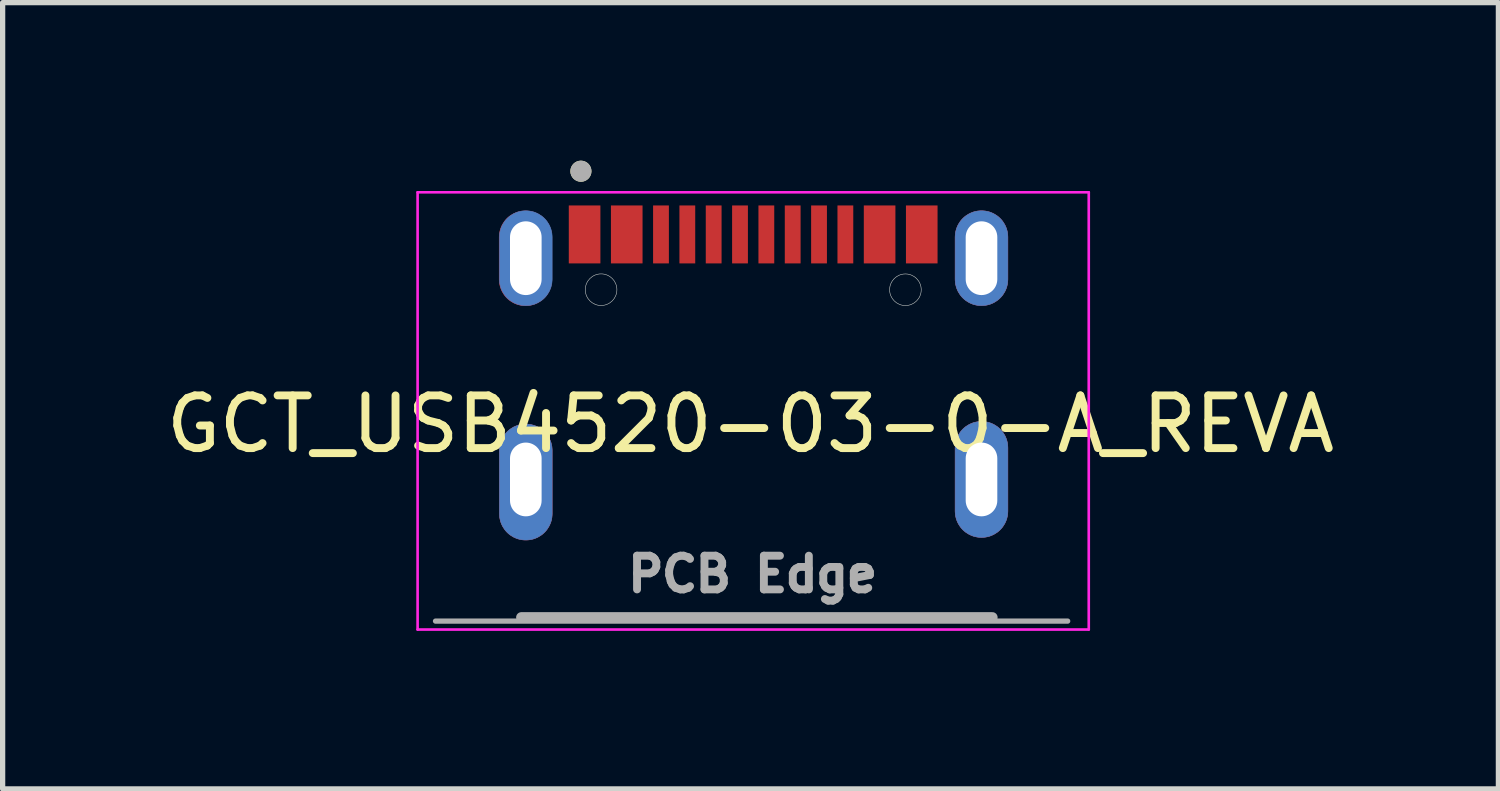
<source format=kicad_pcb>
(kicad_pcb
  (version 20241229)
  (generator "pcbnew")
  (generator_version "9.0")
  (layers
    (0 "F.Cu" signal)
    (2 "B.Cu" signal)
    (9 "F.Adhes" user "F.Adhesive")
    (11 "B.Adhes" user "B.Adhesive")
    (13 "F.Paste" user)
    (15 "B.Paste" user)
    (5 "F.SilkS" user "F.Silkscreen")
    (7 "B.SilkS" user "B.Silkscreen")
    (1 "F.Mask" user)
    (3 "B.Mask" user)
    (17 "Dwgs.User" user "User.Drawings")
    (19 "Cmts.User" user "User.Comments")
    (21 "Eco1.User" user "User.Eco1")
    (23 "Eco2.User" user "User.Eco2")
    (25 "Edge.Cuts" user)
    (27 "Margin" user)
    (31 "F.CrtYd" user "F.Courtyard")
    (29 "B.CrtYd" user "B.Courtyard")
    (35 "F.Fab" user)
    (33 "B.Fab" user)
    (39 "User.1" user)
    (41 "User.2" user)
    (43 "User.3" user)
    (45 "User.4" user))
  (footprint "GCT_USB4520-03-0-A_REVA"
    (layer "F.Cu")
    (at 11.247 6.55)
    (property "Reference" "GCT_USB4520-03-0-A_REVA" (at -0.051 -1.549 0) (layer "F.SilkS") (effects (font (size 1 1) (thickness 0.15))))
    (attr smd)
    (fp_poly (pts (xy -4.321 -3.797) (xy -4.347 -3.798) (xy -4.373 -3.8) (xy -4.399 -3.803) (xy -4.425 -3.808) (xy -4.45 -3.814) (xy -4.476 -3.821) (xy -4.5 -3.83) (xy -4.524 -3.84) (xy -4.548 -3.851) (xy -4.571 -3.864) (xy -4.593 -3.878) (xy -4.615 -3.892) (xy -4.636 -3.908) (xy -4.656 -3.925) (xy -4.675 -3.943) (xy -4.693 -3.962) (xy -4.71 -3.982) (xy -4.726 -4.003) (xy -4.74 -4.025) (xy -4.754 -4.047) (xy -4.767 -4.07) (xy -4.778 -4.094) (xy -4.788 -4.118) (xy -4.797 -4.142) (xy -4.804 -4.168) (xy -4.81 -4.193) (xy -4.815 -4.219) (xy -4.818 -4.245) (xy -4.82 -4.271) (xy -4.821 -4.297) (xy -4.821 -5.097) (xy -4.82 -5.123) (xy -4.818 -5.149) (xy -4.815 -5.175) (xy -4.81 -5.201) (xy -4.804 -5.226) (xy -4.797 -5.252) (xy -4.788 -5.276) (xy -4.778 -5.3) (xy -4.767 -5.324) (xy -4.754 -5.347) (xy -4.74 -5.369) (xy -4.726 -5.391) (xy -4.71 -5.412) (xy -4.693 -5.432) (xy -4.675 -5.451) (xy -4.656 -5.469) (xy -4.636 -5.486) (xy -4.615 -5.502) (xy -4.593 -5.516) (xy -4.571 -5.53) (xy -4.548 -5.543) (xy -4.524 -5.554) (xy -4.5 -5.564) (xy -4.476 -5.573) (xy -4.45 -5.58) (xy -4.425 -5.586) (xy -4.399 -5.591) (xy -4.373 -5.594) (xy -4.347 -5.596) (xy -4.321 -5.597) (xy -4.295 -5.596) (xy -4.269 -5.594) (xy -4.243 -5.591) (xy -4.217 -5.586) (xy -4.192 -5.58) (xy -4.166 -5.573) (xy -4.142 -5.564) (xy -4.118 -5.554) (xy -4.094 -5.543) (xy -4.071 -5.53) (xy -4.049 -5.516) (xy -4.027 -5.502) (xy -4.006 -5.486) (xy -3.986 -5.469) (xy -3.967 -5.451) (xy -3.949 -5.432) (xy -3.932 -5.412) (xy -3.916 -5.391) (xy -3.902 -5.369) (xy -3.888 -5.347) (xy -3.875 -5.324) (xy -3.864 -5.3) (xy -3.854 -5.276) (xy -3.845 -5.252) (xy -3.838 -5.226) (xy -3.832 -5.201) (xy -3.827 -5.175) (xy -3.824 -5.149) (xy -3.822 -5.123) (xy -3.821 -5.097) (xy -3.821 -4.297) (xy -3.822 -4.271) (xy -3.824 -4.245) (xy -3.827 -4.219) (xy -3.832 -4.193) (xy -3.838 -4.168) (xy -3.845 -4.142) (xy -3.854 -4.118) (xy -3.864 -4.094) (xy -3.875 -4.07) (xy -3.888 -4.047) (xy -3.902 -4.025) (xy -3.916 -4.003) (xy -3.932 -3.982) (xy -3.949 -3.962) (xy -3.967 -3.943) (xy -3.986 -3.925) (xy -4.006 -3.908) (xy -4.027 -3.892) (xy -4.049 -3.878) (xy -4.071 -3.864) (xy -4.094 -3.851) (xy -4.118 -3.84) (xy -4.142 -3.83) (xy -4.166 -3.821) (xy -4.192 -3.814) (xy -4.217 -3.808) (xy -4.243 -3.803) (xy -4.269 -3.8) (xy -4.295 -3.798) (xy -4.321 -3.797)) (stroke (width 0.01) (type solid)) (fill yes) (layer "F.Cu"))
    (fp_poly (pts (xy -4.316 0.651) (xy -4.342 0.65) (xy -4.368 0.648) (xy -4.394 0.645) (xy -4.42 0.64) (xy -4.445 0.634) (xy -4.471 0.627) (xy -4.495 0.618) (xy -4.519 0.608) (xy -4.543 0.597) (xy -4.566 0.584) (xy -4.588 0.57) (xy -4.61 0.556) (xy -4.631 0.54) (xy -4.651 0.523) (xy -4.67 0.505) (xy -4.688 0.486) (xy -4.705 0.466) (xy -4.721 0.445) (xy -4.735 0.423) (xy -4.749 0.401) (xy -4.762 0.378) (xy -4.773 0.354) (xy -4.783 0.33) (xy -4.792 0.306) (xy -4.799 0.28) (xy -4.805 0.255) (xy -4.81 0.229) (xy -4.813 0.203) (xy -4.815 0.177) (xy -4.816 0.151) (xy -4.816 -1.049) (xy -4.815 -1.075) (xy -4.813 -1.101) (xy -4.81 -1.127) (xy -4.805 -1.153) (xy -4.799 -1.178) (xy -4.792 -1.204) (xy -4.783 -1.228) (xy -4.773 -1.252) (xy -4.762 -1.276) (xy -4.749 -1.299) (xy -4.735 -1.321) (xy -4.721 -1.343) (xy -4.705 -1.364) (xy -4.688 -1.384) (xy -4.67 -1.403) (xy -4.651 -1.421) (xy -4.631 -1.438) (xy -4.61 -1.454) (xy -4.588 -1.468) (xy -4.566 -1.482) (xy -4.543 -1.495) (xy -4.519 -1.506) (xy -4.495 -1.516) (xy -4.471 -1.525) (xy -4.445 -1.532) (xy -4.42 -1.538) (xy -4.394 -1.543) (xy -4.368 -1.546) (xy -4.342 -1.548) (xy -4.316 -1.549) (xy -4.29 -1.548) (xy -4.264 -1.546) (xy -4.238 -1.543) (xy -4.212 -1.538) (xy -4.187 -1.532) (xy -4.161 -1.525) (xy -4.137 -1.516) (xy -4.113 -1.506) (xy -4.089 -1.495) (xy -4.066 -1.482) (xy -4.044 -1.468) (xy -4.022 -1.454) (xy -4.001 -1.438) (xy -3.981 -1.421) (xy -3.962 -1.403) (xy -3.944 -1.384) (xy -3.927 -1.364) (xy -3.911 -1.343) (xy -3.897 -1.321) (xy -3.883 -1.299) (xy -3.87 -1.276) (xy -3.859 -1.252) (xy -3.849 -1.228) (xy -3.84 -1.204) (xy -3.833 -1.178) (xy -3.827 -1.153) (xy -3.822 -1.127) (xy -3.819 -1.101) (xy -3.817 -1.075) (xy -3.816 -1.049) (xy -3.816 0.151) (xy -3.817 0.177) (xy -3.819 0.203) (xy -3.822 0.229) (xy -3.827 0.255) (xy -3.833 0.28) (xy -3.84 0.306) (xy -3.849 0.33) (xy -3.859 0.354) (xy -3.87 0.378) (xy -3.883 0.401) (xy -3.897 0.423) (xy -3.911 0.445) (xy -3.927 0.466) (xy -3.944 0.486) (xy -3.962 0.505) (xy -3.981 0.523) (xy -4.001 0.54) (xy -4.022 0.556) (xy -4.044 0.57) (xy -4.066 0.584) (xy -4.089 0.597) (xy -4.113 0.608) (xy -4.137 0.618) (xy -4.161 0.627) (xy -4.187 0.634) (xy -4.212 0.64) (xy -4.238 0.645) (xy -4.264 0.648) (xy -4.29 0.65) (xy -4.316 0.651)) (stroke (width 0.01) (type solid)) (fill yes) (layer "F.Cu"))
    (fp_poly (pts (xy 4.334 -3.799) (xy 4.308 -3.8) (xy 4.282 -3.802) (xy 4.256 -3.805) (xy 4.23 -3.81) (xy 4.205 -3.816) (xy 4.179 -3.823) (xy 4.155 -3.832) (xy 4.131 -3.842) (xy 4.107 -3.853) (xy 4.084 -3.866) (xy 4.062 -3.88) (xy 4.04 -3.894) (xy 4.019 -3.91) (xy 3.999 -3.927) (xy 3.98 -3.945) (xy 3.962 -3.964) (xy 3.945 -3.984) (xy 3.929 -4.005) (xy 3.915 -4.027) (xy 3.901 -4.049) (xy 3.888 -4.072) (xy 3.877 -4.096) (xy 3.867 -4.12) (xy 3.858 -4.144) (xy 3.851 -4.17) (xy 3.845 -4.195) (xy 3.84 -4.221) (xy 3.837 -4.247) (xy 3.835 -4.273) (xy 3.834 -4.299) (xy 3.834 -5.099) (xy 3.835 -5.125) (xy 3.837 -5.151) (xy 3.84 -5.177) (xy 3.845 -5.203) (xy 3.851 -5.228) (xy 3.858 -5.254) (xy 3.867 -5.278) (xy 3.877 -5.302) (xy 3.888 -5.326) (xy 3.901 -5.349) (xy 3.915 -5.371) (xy 3.929 -5.393) (xy 3.945 -5.414) (xy 3.962 -5.434) (xy 3.98 -5.453) (xy 3.999 -5.471) (xy 4.019 -5.488) (xy 4.04 -5.504) (xy 4.062 -5.518) (xy 4.084 -5.532) (xy 4.107 -5.545) (xy 4.131 -5.556) (xy 4.155 -5.566) (xy 4.179 -5.575) (xy 4.205 -5.582) (xy 4.23 -5.588) (xy 4.256 -5.593) (xy 4.282 -5.596) (xy 4.308 -5.598) (xy 4.334 -5.599) (xy 4.36 -5.598) (xy 4.386 -5.596) (xy 4.412 -5.593) (xy 4.438 -5.588) (xy 4.463 -5.582) (xy 4.489 -5.575) (xy 4.513 -5.566) (xy 4.537 -5.556) (xy 4.561 -5.545) (xy 4.584 -5.532) (xy 4.606 -5.518) (xy 4.628 -5.504) (xy 4.649 -5.488) (xy 4.669 -5.471) (xy 4.688 -5.453) (xy 4.706 -5.434) (xy 4.723 -5.414) (xy 4.739 -5.393) (xy 4.753 -5.371) (xy 4.767 -5.349) (xy 4.78 -5.326) (xy 4.791 -5.302) (xy 4.801 -5.278) (xy 4.81 -5.254) (xy 4.817 -5.228) (xy 4.823 -5.203) (xy 4.828 -5.177) (xy 4.831 -5.151) (xy 4.833 -5.125) (xy 4.834 -5.099) (xy 4.834 -4.299) (xy 4.833 -4.273) (xy 4.831 -4.247) (xy 4.828 -4.221) (xy 4.823 -4.195) (xy 4.817 -4.17) (xy 4.81 -4.144) (xy 4.801 -4.12) (xy 4.791 -4.096) (xy 4.78 -4.072) (xy 4.767 -4.049) (xy 4.753 -4.027) (xy 4.739 -4.005) (xy 4.723 -3.984) (xy 4.706 -3.964) (xy 4.688 -3.945) (xy 4.669 -3.927) (xy 4.649 -3.91) (xy 4.628 -3.894) (xy 4.606 -3.88) (xy 4.584 -3.866) (xy 4.561 -3.853) (xy 4.537 -3.842) (xy 4.513 -3.832) (xy 4.489 -3.823) (xy 4.463 -3.816) (xy 4.438 -3.81) (xy 4.412 -3.805) (xy 4.386 -3.802) (xy 4.36 -3.8) (xy 4.334 -3.799)) (stroke (width 0.01) (type solid)) (fill yes) (layer "F.Cu"))
    (fp_poly (pts (xy 4.334 0.601) (xy 4.308 0.6) (xy 4.282 0.598) (xy 4.256 0.595) (xy 4.23 0.59) (xy 4.205 0.584) (xy 4.179 0.577) (xy 4.155 0.568) (xy 4.131 0.558) (xy 4.107 0.547) (xy 4.084 0.534) (xy 4.062 0.52) (xy 4.04 0.506) (xy 4.019 0.49) (xy 3.999 0.473) (xy 3.98 0.455) (xy 3.962 0.436) (xy 3.945 0.416) (xy 3.929 0.395) (xy 3.915 0.373) (xy 3.901 0.351) (xy 3.888 0.328) (xy 3.877 0.304) (xy 3.867 0.28) (xy 3.858 0.256) (xy 3.851 0.23) (xy 3.845 0.205) (xy 3.84 0.179) (xy 3.837 0.153) (xy 3.835 0.127) (xy 3.834 0.101) (xy 3.834 -1.099) (xy 3.835 -1.125) (xy 3.837 -1.151) (xy 3.84 -1.177) (xy 3.845 -1.203) (xy 3.851 -1.228) (xy 3.858 -1.254) (xy 3.867 -1.278) (xy 3.877 -1.302) (xy 3.888 -1.326) (xy 3.901 -1.349) (xy 3.915 -1.371) (xy 3.929 -1.393) (xy 3.945 -1.414) (xy 3.962 -1.434) (xy 3.98 -1.453) (xy 3.999 -1.471) (xy 4.019 -1.488) (xy 4.04 -1.504) (xy 4.062 -1.518) (xy 4.084 -1.532) (xy 4.107 -1.545) (xy 4.131 -1.556) (xy 4.155 -1.566) (xy 4.179 -1.575) (xy 4.205 -1.582) (xy 4.23 -1.588) (xy 4.256 -1.593) (xy 4.282 -1.596) (xy 4.308 -1.598) (xy 4.334 -1.599) (xy 4.36 -1.598) (xy 4.386 -1.596) (xy 4.412 -1.593) (xy 4.438 -1.588) (xy 4.463 -1.582) (xy 4.489 -1.575) (xy 4.513 -1.566) (xy 4.537 -1.556) (xy 4.561 -1.545) (xy 4.584 -1.532) (xy 4.606 -1.518) (xy 4.628 -1.504) (xy 4.649 -1.488) (xy 4.669 -1.471) (xy 4.688 -1.453) (xy 4.706 -1.434) (xy 4.723 -1.414) (xy 4.739 -1.393) (xy 4.753 -1.371) (xy 4.767 -1.349) (xy 4.78 -1.326) (xy 4.791 -1.302) (xy 4.801 -1.278) (xy 4.81 -1.254) (xy 4.817 -1.228) (xy 4.823 -1.203) (xy 4.828 -1.177) (xy 4.831 -1.151) (xy 4.833 -1.125) (xy 4.834 -1.099) (xy 4.834 0.101) (xy 4.833 0.127) (xy 4.831 0.153) (xy 4.828 0.179) (xy 4.823 0.205) (xy 4.817 0.23) (xy 4.81 0.256) (xy 4.801 0.28) (xy 4.791 0.304) (xy 4.78 0.328) (xy 4.767 0.351) (xy 4.753 0.373) (xy 4.739 0.395) (xy 4.723 0.416) (xy 4.706 0.436) (xy 4.688 0.455) (xy 4.669 0.473) (xy 4.649 0.49) (xy 4.628 0.506) (xy 4.606 0.52) (xy 4.584 0.534) (xy 4.561 0.547) (xy 4.537 0.558) (xy 4.513 0.568) (xy 4.489 0.577) (xy 4.463 0.584) (xy 4.438 0.59) (xy 4.412 0.595) (xy 4.386 0.598) (xy 4.36 0.6) (xy 4.334 0.601)) (stroke (width 0.01) (type solid)) (fill yes) (layer "F.Cu"))
    (fp_poly (pts (xy -4.916 -4.299) (xy -4.916 -5.099) (xy -4.915 -5.13) (xy -4.913 -5.162) (xy -4.909 -5.193) (xy -4.903 -5.224) (xy -4.896 -5.254) (xy -4.887 -5.284) (xy -4.876 -5.314) (xy -4.864 -5.343) (xy -4.851 -5.371) (xy -4.836 -5.399) (xy -4.819 -5.426) (xy -4.801 -5.452) (xy -4.782 -5.477) (xy -4.762 -5.5) (xy -4.74 -5.523) (xy -4.717 -5.545) (xy -4.694 -5.565) (xy -4.669 -5.584) (xy -4.643 -5.602) (xy -4.616 -5.619) (xy -4.588 -5.634) (xy -4.56 -5.647) (xy -4.531 -5.659) (xy -4.501 -5.67) (xy -4.471 -5.679) (xy -4.441 -5.686) (xy -4.41 -5.692) (xy -4.379 -5.696) (xy -4.347 -5.698) (xy -4.316 -5.699) (xy -4.285 -5.698) (xy -4.253 -5.696) (xy -4.222 -5.692) (xy -4.191 -5.686) (xy -4.161 -5.679) (xy -4.131 -5.67) (xy -4.101 -5.659) (xy -4.072 -5.647) (xy -4.044 -5.634) (xy -4.016 -5.619) (xy -3.989 -5.602) (xy -3.963 -5.584) (xy -3.938 -5.565) (xy -3.915 -5.545) (xy -3.892 -5.523) (xy -3.87 -5.5) (xy -3.85 -5.477) (xy -3.831 -5.452) (xy -3.813 -5.426) (xy -3.796 -5.399) (xy -3.781 -5.371) (xy -3.768 -5.343) (xy -3.756 -5.314) (xy -3.745 -5.284) (xy -3.736 -5.254) (xy -3.729 -5.224) (xy -3.723 -5.193) (xy -3.719 -5.162) (xy -3.717 -5.13) (xy -3.716 -5.099) (xy -3.716 -4.299) (xy -3.717 -4.268) (xy -3.719 -4.236) (xy -3.723 -4.205) (xy -3.729 -4.174) (xy -3.736 -4.144) (xy -3.745 -4.114) (xy -3.756 -4.084) (xy -3.768 -4.055) (xy -3.781 -4.027) (xy -3.796 -3.999) (xy -3.813 -3.972) (xy -3.831 -3.946) (xy -3.85 -3.921) (xy -3.87 -3.898) (xy -3.892 -3.875) (xy -3.915 -3.853) (xy -3.938 -3.833) (xy -3.963 -3.814) (xy -3.989 -3.796) (xy -4.016 -3.779) (xy -4.044 -3.764) (xy -4.072 -3.751) (xy -4.101 -3.739) (xy -4.131 -3.728) (xy -4.161 -3.719) (xy -4.191 -3.712) (xy -4.222 -3.706) (xy -4.253 -3.702) (xy -4.285 -3.7) (xy -4.316 -3.699) (xy -4.347 -3.7) (xy -4.379 -3.702) (xy -4.41 -3.706) (xy -4.441 -3.712) (xy -4.471 -3.719) (xy -4.501 -3.728) (xy -4.531 -3.739) (xy -4.56 -3.751) (xy -4.588 -3.764) (xy -4.616 -3.779) (xy -4.643 -3.796) (xy -4.669 -3.814) (xy -4.694 -3.833) (xy -4.717 -3.853) (xy -4.74 -3.875) (xy -4.762 -3.898) (xy -4.782 -3.921) (xy -4.801 -3.946) (xy -4.819 -3.972) (xy -4.836 -3.999) (xy -4.851 -4.027) (xy -4.864 -4.055) (xy -4.876 -4.084) (xy -4.887 -4.114) (xy -4.896 -4.144) (xy -4.903 -4.174) (xy -4.909 -4.205) (xy -4.913 -4.236) (xy -4.915 -4.268) (xy -4.916 -4.299)) (stroke (width 0.01) (type solid)) (fill yes) (layer "F.Mask"))
    (fp_poly (pts (xy -4.916 0.151) (xy -4.916 -1.049) (xy -4.915 -1.08) (xy -4.913 -1.112) (xy -4.909 -1.143) (xy -4.903 -1.174) (xy -4.896 -1.204) (xy -4.887 -1.234) (xy -4.876 -1.264) (xy -4.864 -1.293) (xy -4.851 -1.321) (xy -4.836 -1.349) (xy -4.819 -1.376) (xy -4.801 -1.402) (xy -4.782 -1.427) (xy -4.762 -1.45) (xy -4.74 -1.473) (xy -4.717 -1.495) (xy -4.694 -1.515) (xy -4.669 -1.534) (xy -4.643 -1.552) (xy -4.616 -1.569) (xy -4.588 -1.584) (xy -4.56 -1.597) (xy -4.531 -1.609) (xy -4.501 -1.62) (xy -4.471 -1.629) (xy -4.441 -1.636) (xy -4.41 -1.642) (xy -4.379 -1.646) (xy -4.347 -1.648) (xy -4.316 -1.649) (xy -4.285 -1.648) (xy -4.253 -1.646) (xy -4.222 -1.642) (xy -4.191 -1.636) (xy -4.161 -1.629) (xy -4.131 -1.62) (xy -4.101 -1.609) (xy -4.072 -1.597) (xy -4.044 -1.584) (xy -4.016 -1.569) (xy -3.989 -1.552) (xy -3.963 -1.534) (xy -3.938 -1.515) (xy -3.915 -1.495) (xy -3.892 -1.473) (xy -3.87 -1.45) (xy -3.85 -1.427) (xy -3.831 -1.402) (xy -3.813 -1.376) (xy -3.796 -1.349) (xy -3.781 -1.321) (xy -3.768 -1.293) (xy -3.756 -1.264) (xy -3.745 -1.234) (xy -3.736 -1.204) (xy -3.729 -1.174) (xy -3.723 -1.143) (xy -3.719 -1.112) (xy -3.717 -1.08) (xy -3.716 -1.049) (xy -3.716 0.151) (xy -3.717 0.182) (xy -3.719 0.214) (xy -3.723 0.245) (xy -3.729 0.276) (xy -3.736 0.306) (xy -3.745 0.336) (xy -3.756 0.366) (xy -3.768 0.395) (xy -3.781 0.423) (xy -3.796 0.451) (xy -3.813 0.478) (xy -3.831 0.504) (xy -3.85 0.529) (xy -3.87 0.552) (xy -3.892 0.575) (xy -3.915 0.597) (xy -3.938 0.617) (xy -3.963 0.636) (xy -3.989 0.654) (xy -4.016 0.671) (xy -4.044 0.686) (xy -4.072 0.699) (xy -4.101 0.711) (xy -4.131 0.722) (xy -4.161 0.731) (xy -4.191 0.738) (xy -4.222 0.744) (xy -4.253 0.748) (xy -4.285 0.75) (xy -4.316 0.751) (xy -4.347 0.75) (xy -4.379 0.748) (xy -4.41 0.744) (xy -4.441 0.738) (xy -4.471 0.731) (xy -4.501 0.722) (xy -4.531 0.711) (xy -4.56 0.699) (xy -4.588 0.686) (xy -4.616 0.671) (xy -4.643 0.654) (xy -4.669 0.636) (xy -4.694 0.617) (xy -4.717 0.597) (xy -4.74 0.575) (xy -4.762 0.552) (xy -4.782 0.529) (xy -4.801 0.504) (xy -4.819 0.478) (xy -4.836 0.451) (xy -4.851 0.423) (xy -4.864 0.395) (xy -4.876 0.366) (xy -4.887 0.336) (xy -4.896 0.306) (xy -4.903 0.276) (xy -4.909 0.245) (xy -4.913 0.214) (xy -4.915 0.182) (xy -4.916 0.151)) (stroke (width 0.01) (type solid)) (fill yes) (layer "F.Mask"))
    (fp_poly (pts (xy 3.734 -4.299) (xy 3.734 -5.099) (xy 3.735 -5.13) (xy 3.737 -5.162) (xy 3.741 -5.193) (xy 3.747 -5.224) (xy 3.754 -5.254) (xy 3.763 -5.284) (xy 3.774 -5.314) (xy 3.786 -5.343) (xy 3.799 -5.371) (xy 3.814 -5.399) (xy 3.831 -5.426) (xy 3.849 -5.452) (xy 3.868 -5.477) (xy 3.888 -5.5) (xy 3.91 -5.523) (xy 3.933 -5.545) (xy 3.956 -5.565) (xy 3.981 -5.584) (xy 4.007 -5.602) (xy 4.034 -5.619) (xy 4.062 -5.634) (xy 4.09 -5.647) (xy 4.119 -5.659) (xy 4.149 -5.67) (xy 4.179 -5.679) (xy 4.209 -5.686) (xy 4.24 -5.692) (xy 4.271 -5.696) (xy 4.303 -5.698) (xy 4.334 -5.699) (xy 4.365 -5.698) (xy 4.397 -5.696) (xy 4.428 -5.692) (xy 4.459 -5.686) (xy 4.489 -5.679) (xy 4.519 -5.67) (xy 4.549 -5.659) (xy 4.578 -5.647) (xy 4.606 -5.634) (xy 4.634 -5.619) (xy 4.661 -5.602) (xy 4.687 -5.584) (xy 4.712 -5.565) (xy 4.735 -5.545) (xy 4.758 -5.523) (xy 4.78 -5.5) (xy 4.8 -5.477) (xy 4.819 -5.452) (xy 4.837 -5.426) (xy 4.854 -5.399) (xy 4.869 -5.371) (xy 4.882 -5.343) (xy 4.894 -5.314) (xy 4.905 -5.284) (xy 4.914 -5.254) (xy 4.921 -5.224) (xy 4.927 -5.193) (xy 4.931 -5.162) (xy 4.933 -5.13) (xy 4.934 -5.099) (xy 4.934 -4.299) (xy 4.933 -4.268) (xy 4.931 -4.236) (xy 4.927 -4.205) (xy 4.921 -4.174) (xy 4.914 -4.144) (xy 4.905 -4.114) (xy 4.894 -4.084) (xy 4.882 -4.055) (xy 4.869 -4.027) (xy 4.854 -3.999) (xy 4.837 -3.972) (xy 4.819 -3.946) (xy 4.8 -3.921) (xy 4.78 -3.898) (xy 4.758 -3.875) (xy 4.735 -3.853) (xy 4.712 -3.833) (xy 4.687 -3.814) (xy 4.661 -3.796) (xy 4.634 -3.779) (xy 4.606 -3.764) (xy 4.578 -3.751) (xy 4.549 -3.739) (xy 4.519 -3.728) (xy 4.489 -3.719) (xy 4.459 -3.712) (xy 4.428 -3.706) (xy 4.397 -3.702) (xy 4.365 -3.7) (xy 4.334 -3.699) (xy 4.303 -3.7) (xy 4.271 -3.702) (xy 4.24 -3.706) (xy 4.209 -3.712) (xy 4.179 -3.719) (xy 4.149 -3.728) (xy 4.119 -3.739) (xy 4.09 -3.751) (xy 4.062 -3.764) (xy 4.034 -3.779) (xy 4.007 -3.796) (xy 3.981 -3.814) (xy 3.956 -3.833) (xy 3.933 -3.853) (xy 3.91 -3.875) (xy 3.888 -3.898) (xy 3.868 -3.921) (xy 3.849 -3.946) (xy 3.831 -3.972) (xy 3.814 -3.999) (xy 3.799 -4.027) (xy 3.786 -4.055) (xy 3.774 -4.084) (xy 3.763 -4.114) (xy 3.754 -4.144) (xy 3.747 -4.174) (xy 3.741 -4.205) (xy 3.737 -4.236) (xy 3.735 -4.268) (xy 3.734 -4.299)) (stroke (width 0.01) (type solid)) (fill yes) (layer "F.Mask"))
    (fp_poly (pts (xy 3.734 -0.499) (xy 3.734 -1.099) (xy 3.735 -1.13) (xy 3.737 -1.162) (xy 3.741 -1.193) (xy 3.747 -1.224) (xy 3.754 -1.254) (xy 3.763 -1.284) (xy 3.774 -1.314) (xy 3.786 -1.343) (xy 3.799 -1.371) (xy 3.814 -1.399) (xy 3.831 -1.426) (xy 3.849 -1.452) (xy 3.868 -1.477) (xy 3.888 -1.5) (xy 3.91 -1.523) (xy 3.933 -1.545) (xy 3.956 -1.565) (xy 3.981 -1.584) (xy 4.007 -1.602) (xy 4.034 -1.619) (xy 4.062 -1.634) (xy 4.09 -1.647) (xy 4.119 -1.659) (xy 4.149 -1.67) (xy 4.179 -1.679) (xy 4.209 -1.686) (xy 4.24 -1.692) (xy 4.271 -1.696) (xy 4.303 -1.698) (xy 4.334 -1.699) (xy 4.365 -1.698) (xy 4.397 -1.696) (xy 4.428 -1.692) (xy 4.459 -1.686) (xy 4.489 -1.679) (xy 4.519 -1.67) (xy 4.549 -1.659) (xy 4.578 -1.647) (xy 4.606 -1.634) (xy 4.634 -1.619) (xy 4.661 -1.602) (xy 4.687 -1.584) (xy 4.712 -1.565) (xy 4.735 -1.545) (xy 4.758 -1.523) (xy 4.78 -1.5) (xy 4.8 -1.477) (xy 4.819 -1.452) (xy 4.837 -1.426) (xy 4.854 -1.399) (xy 4.869 -1.371) (xy 4.882 -1.343) (xy 4.894 -1.314) (xy 4.905 -1.284) (xy 4.914 -1.254) (xy 4.921 -1.224) (xy 4.927 -1.193) (xy 4.931 -1.162) (xy 4.933 -1.13) (xy 4.934 -1.099) (xy 4.934 -0.499) (xy 4.934 0.101) (xy 4.933 0.132) (xy 4.931 0.164) (xy 4.927 0.195) (xy 4.921 0.226) (xy 4.914 0.256) (xy 4.905 0.286) (xy 4.894 0.316) (xy 4.882 0.345) (xy 4.869 0.373) (xy 4.854 0.401) (xy 4.837 0.428) (xy 4.819 0.454) (xy 4.8 0.479) (xy 4.78 0.502) (xy 4.758 0.525) (xy 4.735 0.547) (xy 4.712 0.567) (xy 4.687 0.586) (xy 4.661 0.604) (xy 4.634 0.621) (xy 4.606 0.636) (xy 4.578 0.649) (xy 4.549 0.661) (xy 4.519 0.672) (xy 4.489 0.681) (xy 4.459 0.688) (xy 4.428 0.694) (xy 4.397 0.698) (xy 4.365 0.7) (xy 4.334 0.701) (xy 4.303 0.7) (xy 4.271 0.698) (xy 4.24 0.694) (xy 4.209 0.688) (xy 4.179 0.681) (xy 4.149 0.672) (xy 4.119 0.661) (xy 4.09 0.649) (xy 4.062 0.636) (xy 4.034 0.621) (xy 4.007 0.604) (xy 3.981 0.586) (xy 3.956 0.567) (xy 3.933 0.547) (xy 3.91 0.525) (xy 3.888 0.502) (xy 3.868 0.479) (xy 3.849 0.454) (xy 3.831 0.428) (xy 3.814 0.401) (xy 3.799 0.373) (xy 3.786 0.345) (xy 3.774 0.316) (xy 3.763 0.286) (xy 3.754 0.256) (xy 3.747 0.226) (xy 3.741 0.195) (xy 3.737 0.164) (xy 3.735 0.132) (xy 3.734 0.101) (xy 3.734 -0.499)) (stroke (width 0.01) (type solid)) (fill yes) (layer "F.Mask"))
    (fp_poly (pts (xy -4.316 -3.799) (xy -4.342 -3.8) (xy -4.368 -3.802) (xy -4.394 -3.805) (xy -4.42 -3.81) (xy -4.445 -3.816) (xy -4.471 -3.823) (xy -4.495 -3.832) (xy -4.519 -3.842) (xy -4.543 -3.853) (xy -4.566 -3.866) (xy -4.588 -3.88) (xy -4.61 -3.894) (xy -4.631 -3.91) (xy -4.651 -3.927) (xy -4.67 -3.945) (xy -4.688 -3.964) (xy -4.705 -3.984) (xy -4.721 -4.005) (xy -4.735 -4.027) (xy -4.749 -4.049) (xy -4.762 -4.072) (xy -4.773 -4.096) (xy -4.783 -4.12) (xy -4.792 -4.144) (xy -4.799 -4.17) (xy -4.805 -4.195) (xy -4.81 -4.221) (xy -4.813 -4.247) (xy -4.815 -4.273) (xy -4.816 -4.299) (xy -4.816 -5.099) (xy -4.815 -5.125) (xy -4.813 -5.151) (xy -4.81 -5.177) (xy -4.805 -5.203) (xy -4.799 -5.228) (xy -4.792 -5.254) (xy -4.783 -5.278) (xy -4.773 -5.302) (xy -4.762 -5.326) (xy -4.749 -5.349) (xy -4.735 -5.371) (xy -4.721 -5.393) (xy -4.705 -5.414) (xy -4.688 -5.434) (xy -4.67 -5.453) (xy -4.651 -5.471) (xy -4.631 -5.488) (xy -4.61 -5.504) (xy -4.588 -5.518) (xy -4.566 -5.532) (xy -4.543 -5.545) (xy -4.519 -5.556) (xy -4.495 -5.566) (xy -4.471 -5.575) (xy -4.445 -5.582) (xy -4.42 -5.588) (xy -4.394 -5.593) (xy -4.368 -5.596) (xy -4.342 -5.598) (xy -4.316 -5.599) (xy -4.29 -5.598) (xy -4.264 -5.596) (xy -4.238 -5.593) (xy -4.212 -5.588) (xy -4.187 -5.582) (xy -4.161 -5.575) (xy -4.137 -5.566) (xy -4.113 -5.556) (xy -4.089 -5.545) (xy -4.066 -5.532) (xy -4.044 -5.518) (xy -4.022 -5.504) (xy -4.001 -5.488) (xy -3.981 -5.471) (xy -3.962 -5.453) (xy -3.944 -5.434) (xy -3.927 -5.414) (xy -3.911 -5.393) (xy -3.897 -5.371) (xy -3.883 -5.349) (xy -3.87 -5.326) (xy -3.859 -5.302) (xy -3.849 -5.278) (xy -3.84 -5.254) (xy -3.833 -5.228) (xy -3.827 -5.203) (xy -3.822 -5.177) (xy -3.819 -5.151) (xy -3.817 -5.125) (xy -3.816 -5.099) (xy -3.816 -4.299) (xy -3.817 -4.273) (xy -3.819 -4.247) (xy -3.822 -4.221) (xy -3.827 -4.195) (xy -3.833 -4.17) (xy -3.84 -4.144) (xy -3.849 -4.12) (xy -3.859 -4.096) (xy -3.87 -4.072) (xy -3.883 -4.049) (xy -3.897 -4.027) (xy -3.911 -4.005) (xy -3.927 -3.984) (xy -3.944 -3.964) (xy -3.962 -3.945) (xy -3.981 -3.927) (xy -4.001 -3.91) (xy -4.022 -3.894) (xy -4.044 -3.88) (xy -4.066 -3.866) (xy -4.089 -3.853) (xy -4.113 -3.842) (xy -4.137 -3.832) (xy -4.161 -3.823) (xy -4.187 -3.816) (xy -4.212 -3.81) (xy -4.238 -3.805) (xy -4.264 -3.802) (xy -4.29 -3.8) (xy -4.316 -3.799)) (stroke (width 0.01) (type solid)) (fill yes) (layer "B.Cu"))
    (fp_poly (pts (xy -4.316 0.651) (xy -4.342 0.65) (xy -4.368 0.648) (xy -4.394 0.645) (xy -4.42 0.64) (xy -4.445 0.634) (xy -4.471 0.627) (xy -4.495 0.618) (xy -4.519 0.608) (xy -4.543 0.597) (xy -4.566 0.584) (xy -4.588 0.57) (xy -4.61 0.556) (xy -4.631 0.54) (xy -4.651 0.523) (xy -4.67 0.505) (xy -4.688 0.486) (xy -4.705 0.466) (xy -4.721 0.445) (xy -4.735 0.423) (xy -4.749 0.401) (xy -4.762 0.378) (xy -4.773 0.354) (xy -4.783 0.33) (xy -4.792 0.306) (xy -4.799 0.28) (xy -4.805 0.255) (xy -4.81 0.229) (xy -4.813 0.203) (xy -4.815 0.177) (xy -4.816 0.151) (xy -4.816 -1.049) (xy -4.815 -1.075) (xy -4.813 -1.101) (xy -4.81 -1.127) (xy -4.805 -1.153) (xy -4.799 -1.178) (xy -4.792 -1.204) (xy -4.783 -1.228) (xy -4.773 -1.252) (xy -4.762 -1.276) (xy -4.749 -1.299) (xy -4.735 -1.321) (xy -4.721 -1.343) (xy -4.705 -1.364) (xy -4.688 -1.384) (xy -4.67 -1.403) (xy -4.651 -1.421) (xy -4.631 -1.438) (xy -4.61 -1.454) (xy -4.588 -1.468) (xy -4.566 -1.482) (xy -4.543 -1.495) (xy -4.519 -1.506) (xy -4.495 -1.516) (xy -4.471 -1.525) (xy -4.445 -1.532) (xy -4.42 -1.538) (xy -4.394 -1.543) (xy -4.368 -1.546) (xy -4.342 -1.548) (xy -4.316 -1.549) (xy -4.29 -1.548) (xy -4.264 -1.546) (xy -4.238 -1.543) (xy -4.212 -1.538) (xy -4.187 -1.532) (xy -4.161 -1.525) (xy -4.137 -1.516) (xy -4.113 -1.506) (xy -4.089 -1.495) (xy -4.066 -1.482) (xy -4.044 -1.468) (xy -4.022 -1.454) (xy -4.001 -1.438) (xy -3.981 -1.421) (xy -3.962 -1.403) (xy -3.944 -1.384) (xy -3.927 -1.364) (xy -3.911 -1.343) (xy -3.897 -1.321) (xy -3.883 -1.299) (xy -3.87 -1.276) (xy -3.859 -1.252) (xy -3.849 -1.228) (xy -3.84 -1.204) (xy -3.833 -1.178) (xy -3.827 -1.153) (xy -3.822 -1.127) (xy -3.819 -1.101) (xy -3.817 -1.075) (xy -3.816 -1.049) (xy -3.816 0.151) (xy -3.817 0.177) (xy -3.819 0.203) (xy -3.822 0.229) (xy -3.827 0.255) (xy -3.833 0.28) (xy -3.84 0.306) (xy -3.849 0.33) (xy -3.859 0.354) (xy -3.87 0.378) (xy -3.883 0.401) (xy -3.897 0.423) (xy -3.911 0.445) (xy -3.927 0.466) (xy -3.944 0.486) (xy -3.962 0.505) (xy -3.981 0.523) (xy -4.001 0.54) (xy -4.022 0.556) (xy -4.044 0.57) (xy -4.066 0.584) (xy -4.089 0.597) (xy -4.113 0.608) (xy -4.137 0.618) (xy -4.161 0.627) (xy -4.187 0.634) (xy -4.212 0.64) (xy -4.238 0.645) (xy -4.264 0.648) (xy -4.29 0.65) (xy -4.316 0.651)) (stroke (width 0.01) (type solid)) (fill yes) (layer "B.Cu"))
    (fp_poly (pts (xy 4.334 -3.799) (xy 4.308 -3.8) (xy 4.282 -3.802) (xy 4.256 -3.805) (xy 4.23 -3.81) (xy 4.205 -3.816) (xy 4.179 -3.823) (xy 4.155 -3.832) (xy 4.131 -3.842) (xy 4.107 -3.853) (xy 4.084 -3.866) (xy 4.062 -3.88) (xy 4.04 -3.894) (xy 4.019 -3.91) (xy 3.999 -3.927) (xy 3.98 -3.945) (xy 3.962 -3.964) (xy 3.945 -3.984) (xy 3.929 -4.005) (xy 3.915 -4.027) (xy 3.901 -4.049) (xy 3.888 -4.072) (xy 3.877 -4.096) (xy 3.867 -4.12) (xy 3.858 -4.144) (xy 3.851 -4.17) (xy 3.845 -4.195) (xy 3.84 -4.221) (xy 3.837 -4.247) (xy 3.835 -4.273) (xy 3.834 -4.299) (xy 3.834 -5.099) (xy 3.835 -5.125) (xy 3.837 -5.151) (xy 3.84 -5.177) (xy 3.845 -5.203) (xy 3.851 -5.228) (xy 3.858 -5.254) (xy 3.867 -5.278) (xy 3.877 -5.302) (xy 3.888 -5.326) (xy 3.901 -5.349) (xy 3.915 -5.371) (xy 3.929 -5.393) (xy 3.945 -5.414) (xy 3.962 -5.434) (xy 3.98 -5.453) (xy 3.999 -5.471) (xy 4.019 -5.488) (xy 4.04 -5.504) (xy 4.062 -5.518) (xy 4.084 -5.532) (xy 4.107 -5.545) (xy 4.131 -5.556) (xy 4.155 -5.566) (xy 4.179 -5.575) (xy 4.205 -5.582) (xy 4.23 -5.588) (xy 4.256 -5.593) (xy 4.282 -5.596) (xy 4.308 -5.598) (xy 4.334 -5.599) (xy 4.36 -5.598) (xy 4.386 -5.596) (xy 4.412 -5.593) (xy 4.438 -5.588) (xy 4.463 -5.582) (xy 4.489 -5.575) (xy 4.513 -5.566) (xy 4.537 -5.556) (xy 4.561 -5.545) (xy 4.584 -5.532) (xy 4.606 -5.518) (xy 4.628 -5.504) (xy 4.649 -5.488) (xy 4.669 -5.471) (xy 4.688 -5.453) (xy 4.706 -5.434) (xy 4.723 -5.414) (xy 4.739 -5.393) (xy 4.753 -5.371) (xy 4.767 -5.349) (xy 4.78 -5.326) (xy 4.791 -5.302) (xy 4.801 -5.278) (xy 4.81 -5.254) (xy 4.817 -5.228) (xy 4.823 -5.203) (xy 4.828 -5.177) (xy 4.831 -5.151) (xy 4.833 -5.125) (xy 4.834 -5.099) (xy 4.834 -4.299) (xy 4.833 -4.273) (xy 4.831 -4.247) (xy 4.828 -4.221) (xy 4.823 -4.195) (xy 4.817 -4.17) (xy 4.81 -4.144) (xy 4.801 -4.12) (xy 4.791 -4.096) (xy 4.78 -4.072) (xy 4.767 -4.049) (xy 4.753 -4.027) (xy 4.739 -4.005) (xy 4.723 -3.984) (xy 4.706 -3.964) (xy 4.688 -3.945) (xy 4.669 -3.927) (xy 4.649 -3.91) (xy 4.628 -3.894) (xy 4.606 -3.88) (xy 4.584 -3.866) (xy 4.561 -3.853) (xy 4.537 -3.842) (xy 4.513 -3.832) (xy 4.489 -3.823) (xy 4.463 -3.816) (xy 4.438 -3.81) (xy 4.412 -3.805) (xy 4.386 -3.802) (xy 4.36 -3.8) (xy 4.334 -3.799)) (stroke (width 0.01) (type solid)) (fill yes) (layer "B.Cu"))
    (fp_poly (pts (xy 4.334 0.601) (xy 4.308 0.6) (xy 4.282 0.598) (xy 4.256 0.595) (xy 4.23 0.59) (xy 4.205 0.584) (xy 4.179 0.577) (xy 4.155 0.568) (xy 4.131 0.558) (xy 4.107 0.547) (xy 4.084 0.534) (xy 4.062 0.52) (xy 4.04 0.506) (xy 4.019 0.49) (xy 3.999 0.473) (xy 3.98 0.455) (xy 3.962 0.436) (xy 3.945 0.416) (xy 3.929 0.395) (xy 3.915 0.373) (xy 3.901 0.351) (xy 3.888 0.328) (xy 3.877 0.304) (xy 3.867 0.28) (xy 3.858 0.256) (xy 3.851 0.23) (xy 3.845 0.205) (xy 3.84 0.179) (xy 3.837 0.153) (xy 3.835 0.127) (xy 3.834 0.101) (xy 3.834 -1.099) (xy 3.835 -1.125) (xy 3.837 -1.151) (xy 3.84 -1.177) (xy 3.845 -1.203) (xy 3.851 -1.228) (xy 3.858 -1.254) (xy 3.867 -1.278) (xy 3.877 -1.302) (xy 3.888 -1.326) (xy 3.901 -1.349) (xy 3.915 -1.371) (xy 3.929 -1.393) (xy 3.945 -1.414) (xy 3.962 -1.434) (xy 3.98 -1.453) (xy 3.999 -1.471) (xy 4.019 -1.488) (xy 4.04 -1.504) (xy 4.062 -1.518) (xy 4.084 -1.532) (xy 4.107 -1.545) (xy 4.131 -1.556) (xy 4.155 -1.566) (xy 4.179 -1.575) (xy 4.205 -1.582) (xy 4.23 -1.588) (xy 4.256 -1.593) (xy 4.282 -1.596) (xy 4.308 -1.598) (xy 4.334 -1.599) (xy 4.36 -1.598) (xy 4.386 -1.596) (xy 4.412 -1.593) (xy 4.438 -1.588) (xy 4.463 -1.582) (xy 4.489 -1.575) (xy 4.513 -1.566) (xy 4.537 -1.556) (xy 4.561 -1.545) (xy 4.584 -1.532) (xy 4.606 -1.518) (xy 4.628 -1.504) (xy 4.649 -1.488) (xy 4.669 -1.471) (xy 4.688 -1.453) (xy 4.706 -1.434) (xy 4.723 -1.414) (xy 4.739 -1.393) (xy 4.753 -1.371) (xy 4.767 -1.349) (xy 4.78 -1.326) (xy 4.791 -1.302) (xy 4.801 -1.278) (xy 4.81 -1.254) (xy 4.817 -1.228) (xy 4.823 -1.203) (xy 4.828 -1.177) (xy 4.831 -1.151) (xy 4.833 -1.125) (xy 4.834 -1.099) (xy 4.834 0.101) (xy 4.833 0.127) (xy 4.831 0.153) (xy 4.828 0.179) (xy 4.823 0.205) (xy 4.817 0.23) (xy 4.81 0.256) (xy 4.801 0.28) (xy 4.791 0.304) (xy 4.78 0.328) (xy 4.767 0.351) (xy 4.753 0.373) (xy 4.739 0.395) (xy 4.723 0.416) (xy 4.706 0.436) (xy 4.688 0.455) (xy 4.669 0.473) (xy 4.649 0.49) (xy 4.628 0.506) (xy 4.606 0.52) (xy 4.584 0.534) (xy 4.561 0.547) (xy 4.537 0.558) (xy 4.513 0.568) (xy 4.489 0.577) (xy 4.463 0.584) (xy 4.438 0.59) (xy 4.412 0.595) (xy 4.386 0.598) (xy 4.36 0.6) (xy 4.334 0.601)) (stroke (width 0.01) (type solid)) (fill yes) (layer "B.Cu"))
    (fp_poly (pts (xy -4.916 -4.299) (xy -4.916 -5.099) (xy -4.915 -5.13) (xy -4.913 -5.162) (xy -4.909 -5.193) (xy -4.903 -5.224) (xy -4.896 -5.254) (xy -4.887 -5.284) (xy -4.876 -5.314) (xy -4.864 -5.343) (xy -4.851 -5.371) (xy -4.836 -5.399) (xy -4.819 -5.426) (xy -4.801 -5.452) (xy -4.782 -5.477) (xy -4.762 -5.5) (xy -4.74 -5.523) (xy -4.717 -5.545) (xy -4.694 -5.565) (xy -4.669 -5.584) (xy -4.643 -5.602) (xy -4.616 -5.619) (xy -4.588 -5.634) (xy -4.56 -5.647) (xy -4.531 -5.659) (xy -4.501 -5.67) (xy -4.471 -5.679) (xy -4.441 -5.686) (xy -4.41 -5.692) (xy -4.379 -5.696) (xy -4.347 -5.698) (xy -4.316 -5.699) (xy -4.285 -5.698) (xy -4.253 -5.696) (xy -4.222 -5.692) (xy -4.191 -5.686) (xy -4.161 -5.679) (xy -4.131 -5.67) (xy -4.101 -5.659) (xy -4.072 -5.647) (xy -4.044 -5.634) (xy -4.016 -5.619) (xy -3.989 -5.602) (xy -3.963 -5.584) (xy -3.938 -5.565) (xy -3.915 -5.545) (xy -3.892 -5.523) (xy -3.87 -5.5) (xy -3.85 -5.477) (xy -3.831 -5.452) (xy -3.813 -5.426) (xy -3.796 -5.399) (xy -3.781 -5.371) (xy -3.768 -5.343) (xy -3.756 -5.314) (xy -3.745 -5.284) (xy -3.736 -5.254) (xy -3.729 -5.224) (xy -3.723 -5.193) (xy -3.719 -5.162) (xy -3.717 -5.13) (xy -3.716 -5.099) (xy -3.716 -4.299) (xy -3.717 -4.268) (xy -3.719 -4.236) (xy -3.723 -4.205) (xy -3.729 -4.174) (xy -3.736 -4.144) (xy -3.745 -4.114) (xy -3.756 -4.084) (xy -3.768 -4.055) (xy -3.781 -4.027) (xy -3.796 -3.999) (xy -3.813 -3.972) (xy -3.831 -3.946) (xy -3.85 -3.921) (xy -3.87 -3.898) (xy -3.892 -3.875) (xy -3.915 -3.853) (xy -3.938 -3.833) (xy -3.963 -3.814) (xy -3.989 -3.796) (xy -4.016 -3.779) (xy -4.044 -3.764) (xy -4.072 -3.751) (xy -4.101 -3.739) (xy -4.131 -3.728) (xy -4.161 -3.719) (xy -4.191 -3.712) (xy -4.222 -3.706) (xy -4.253 -3.702) (xy -4.285 -3.7) (xy -4.316 -3.699) (xy -4.347 -3.7) (xy -4.379 -3.702) (xy -4.41 -3.706) (xy -4.441 -3.712) (xy -4.471 -3.719) (xy -4.501 -3.728) (xy -4.531 -3.739) (xy -4.56 -3.751) (xy -4.588 -3.764) (xy -4.616 -3.779) (xy -4.643 -3.796) (xy -4.669 -3.814) (xy -4.694 -3.833) (xy -4.717 -3.853) (xy -4.74 -3.875) (xy -4.762 -3.898) (xy -4.782 -3.921) (xy -4.801 -3.946) (xy -4.819 -3.972) (xy -4.836 -3.999) (xy -4.851 -4.027) (xy -4.864 -4.055) (xy -4.876 -4.084) (xy -4.887 -4.114) (xy -4.896 -4.144) (xy -4.903 -4.174) (xy -4.909 -4.205) (xy -4.913 -4.236) (xy -4.915 -4.268) (xy -4.916 -4.299)) (stroke (width 0.01) (type solid)) (fill yes) (layer "B.Mask"))
    (fp_poly (pts (xy -4.916 0.151) (xy -4.916 -1.049) (xy -4.915 -1.08) (xy -4.913 -1.112) (xy -4.909 -1.143) (xy -4.903 -1.174) (xy -4.896 -1.204) (xy -4.887 -1.234) (xy -4.876 -1.264) (xy -4.864 -1.293) (xy -4.851 -1.321) (xy -4.836 -1.349) (xy -4.819 -1.376) (xy -4.801 -1.402) (xy -4.782 -1.427) (xy -4.762 -1.45) (xy -4.74 -1.473) (xy -4.717 -1.495) (xy -4.694 -1.515) (xy -4.669 -1.534) (xy -4.643 -1.552) (xy -4.616 -1.569) (xy -4.588 -1.584) (xy -4.56 -1.597) (xy -4.531 -1.609) (xy -4.501 -1.62) (xy -4.471 -1.629) (xy -4.441 -1.636) (xy -4.41 -1.642) (xy -4.379 -1.646) (xy -4.347 -1.648) (xy -4.316 -1.649) (xy -4.285 -1.648) (xy -4.253 -1.646) (xy -4.222 -1.642) (xy -4.191 -1.636) (xy -4.161 -1.629) (xy -4.131 -1.62) (xy -4.101 -1.609) (xy -4.072 -1.597) (xy -4.044 -1.584) (xy -4.016 -1.569) (xy -3.989 -1.552) (xy -3.963 -1.534) (xy -3.938 -1.515) (xy -3.915 -1.495) (xy -3.892 -1.473) (xy -3.87 -1.45) (xy -3.85 -1.427) (xy -3.831 -1.402) (xy -3.813 -1.376) (xy -3.796 -1.349) (xy -3.781 -1.321) (xy -3.768 -1.293) (xy -3.756 -1.264) (xy -3.745 -1.234) (xy -3.736 -1.204) (xy -3.729 -1.174) (xy -3.723 -1.143) (xy -3.719 -1.112) (xy -3.717 -1.08) (xy -3.716 -1.049) (xy -3.716 0.151) (xy -3.717 0.182) (xy -3.719 0.214) (xy -3.723 0.245) (xy -3.729 0.276) (xy -3.736 0.306) (xy -3.745 0.336) (xy -3.756 0.366) (xy -3.768 0.395) (xy -3.781 0.423) (xy -3.796 0.451) (xy -3.813 0.478) (xy -3.831 0.504) (xy -3.85 0.529) (xy -3.87 0.552) (xy -3.892 0.575) (xy -3.915 0.597) (xy -3.938 0.617) (xy -3.963 0.636) (xy -3.989 0.654) (xy -4.016 0.671) (xy -4.044 0.686) (xy -4.072 0.699) (xy -4.101 0.711) (xy -4.131 0.722) (xy -4.161 0.731) (xy -4.191 0.738) (xy -4.222 0.744) (xy -4.253 0.748) (xy -4.285 0.75) (xy -4.316 0.751) (xy -4.347 0.75) (xy -4.379 0.748) (xy -4.41 0.744) (xy -4.441 0.738) (xy -4.471 0.731) (xy -4.501 0.722) (xy -4.531 0.711) (xy -4.56 0.699) (xy -4.588 0.686) (xy -4.616 0.671) (xy -4.643 0.654) (xy -4.669 0.636) (xy -4.694 0.617) (xy -4.717 0.597) (xy -4.74 0.575) (xy -4.762 0.552) (xy -4.782 0.529) (xy -4.801 0.504) (xy -4.819 0.478) (xy -4.836 0.451) (xy -4.851 0.423) (xy -4.864 0.395) (xy -4.876 0.366) (xy -4.887 0.336) (xy -4.896 0.306) (xy -4.903 0.276) (xy -4.909 0.245) (xy -4.913 0.214) (xy -4.915 0.182) (xy -4.916 0.151)) (stroke (width 0.01) (type solid)) (fill yes) (layer "B.Mask"))
    (fp_poly (pts (xy 3.734 -4.299) (xy 3.734 -5.099) (xy 3.735 -5.13) (xy 3.737 -5.162) (xy 3.741 -5.193) (xy 3.747 -5.224) (xy 3.754 -5.254) (xy 3.763 -5.284) (xy 3.774 -5.314) (xy 3.786 -5.343) (xy 3.799 -5.371) (xy 3.814 -5.399) (xy 3.831 -5.426) (xy 3.849 -5.452) (xy 3.868 -5.477) (xy 3.888 -5.5) (xy 3.91 -5.523) (xy 3.933 -5.545) (xy 3.956 -5.565) (xy 3.981 -5.584) (xy 4.007 -5.602) (xy 4.034 -5.619) (xy 4.062 -5.634) (xy 4.09 -5.647) (xy 4.119 -5.659) (xy 4.149 -5.67) (xy 4.179 -5.679) (xy 4.209 -5.686) (xy 4.24 -5.692) (xy 4.271 -5.696) (xy 4.303 -5.698) (xy 4.334 -5.699) (xy 4.365 -5.698) (xy 4.397 -5.696) (xy 4.428 -5.692) (xy 4.459 -5.686) (xy 4.489 -5.679) (xy 4.519 -5.67) (xy 4.549 -5.659) (xy 4.578 -5.647) (xy 4.606 -5.634) (xy 4.634 -5.619) (xy 4.661 -5.602) (xy 4.687 -5.584) (xy 4.712 -5.565) (xy 4.735 -5.545) (xy 4.758 -5.523) (xy 4.78 -5.5) (xy 4.8 -5.477) (xy 4.819 -5.452) (xy 4.837 -5.426) (xy 4.854 -5.399) (xy 4.869 -5.371) (xy 4.882 -5.343) (xy 4.894 -5.314) (xy 4.905 -5.284) (xy 4.914 -5.254) (xy 4.921 -5.224) (xy 4.927 -5.193) (xy 4.931 -5.162) (xy 4.933 -5.13) (xy 4.934 -5.099) (xy 4.934 -4.299) (xy 4.933 -4.268) (xy 4.931 -4.236) (xy 4.927 -4.205) (xy 4.921 -4.174) (xy 4.914 -4.144) (xy 4.905 -4.114) (xy 4.894 -4.084) (xy 4.882 -4.055) (xy 4.869 -4.027) (xy 4.854 -3.999) (xy 4.837 -3.972) (xy 4.819 -3.946) (xy 4.8 -3.921) (xy 4.78 -3.898) (xy 4.758 -3.875) (xy 4.735 -3.853) (xy 4.712 -3.833) (xy 4.687 -3.814) (xy 4.661 -3.796) (xy 4.634 -3.779) (xy 4.606 -3.764) (xy 4.578 -3.751) (xy 4.549 -3.739) (xy 4.519 -3.728) (xy 4.489 -3.719) (xy 4.459 -3.712) (xy 4.428 -3.706) (xy 4.397 -3.702) (xy 4.365 -3.7) (xy 4.334 -3.699) (xy 4.303 -3.7) (xy 4.271 -3.702) (xy 4.24 -3.706) (xy 4.209 -3.712) (xy 4.179 -3.719) (xy 4.149 -3.728) (xy 4.119 -3.739) (xy 4.09 -3.751) (xy 4.062 -3.764) (xy 4.034 -3.779) (xy 4.007 -3.796) (xy 3.981 -3.814) (xy 3.956 -3.833) (xy 3.933 -3.853) (xy 3.91 -3.875) (xy 3.888 -3.898) (xy 3.868 -3.921) (xy 3.849 -3.946) (xy 3.831 -3.972) (xy 3.814 -3.999) (xy 3.799 -4.027) (xy 3.786 -4.055) (xy 3.774 -4.084) (xy 3.763 -4.114) (xy 3.754 -4.144) (xy 3.747 -4.174) (xy 3.741 -4.205) (xy 3.737 -4.236) (xy 3.735 -4.268) (xy 3.734 -4.299)) (stroke (width 0.01) (type solid)) (fill yes) (layer "B.Mask"))
    (fp_poly (pts (xy 3.734 0.101) (xy 3.734 -1.099) (xy 3.735 -1.13) (xy 3.737 -1.162) (xy 3.741 -1.193) (xy 3.747 -1.224) (xy 3.754 -1.254) (xy 3.763 -1.284) (xy 3.774 -1.314) (xy 3.786 -1.343) (xy 3.799 -1.371) (xy 3.814 -1.399) (xy 3.831 -1.426) (xy 3.849 -1.452) (xy 3.868 -1.477) (xy 3.888 -1.5) (xy 3.91 -1.523) (xy 3.933 -1.545) (xy 3.956 -1.565) (xy 3.981 -1.584) (xy 4.007 -1.602) (xy 4.034 -1.619) (xy 4.062 -1.634) (xy 4.09 -1.647) (xy 4.119 -1.659) (xy 4.149 -1.67) (xy 4.179 -1.679) (xy 4.209 -1.686) (xy 4.24 -1.692) (xy 4.271 -1.696) (xy 4.303 -1.698) (xy 4.334 -1.699) (xy 4.365 -1.698) (xy 4.397 -1.696) (xy 4.428 -1.692) (xy 4.459 -1.686) (xy 4.489 -1.679) (xy 4.519 -1.67) (xy 4.549 -1.659) (xy 4.578 -1.647) (xy 4.606 -1.634) (xy 4.634 -1.619) (xy 4.661 -1.602) (xy 4.687 -1.584) (xy 4.712 -1.565) (xy 4.735 -1.545) (xy 4.758 -1.523) (xy 4.78 -1.5) (xy 4.8 -1.477) (xy 4.819 -1.452) (xy 4.837 -1.426) (xy 4.854 -1.399) (xy 4.869 -1.371) (xy 4.882 -1.343) (xy 4.894 -1.314) (xy 4.905 -1.284) (xy 4.914 -1.254) (xy 4.921 -1.224) (xy 4.927 -1.193) (xy 4.931 -1.162) (xy 4.933 -1.13) (xy 4.934 -1.099) (xy 4.934 0.101) (xy 4.933 0.132) (xy 4.931 0.164) (xy 4.927 0.195) (xy 4.921 0.226) (xy 4.914 0.256) (xy 4.905 0.286) (xy 4.894 0.316) (xy 4.882 0.345) (xy 4.869 0.373) (xy 4.854 0.401) (xy 4.837 0.428) (xy 4.819 0.454) (xy 4.8 0.479) (xy 4.78 0.502) (xy 4.758 0.525) (xy 4.735 0.547) (xy 4.712 0.567) (xy 4.687 0.586) (xy 4.661 0.604) (xy 4.634 0.621) (xy 4.606 0.636) (xy 4.578 0.649) (xy 4.549 0.661) (xy 4.519 0.672) (xy 4.489 0.681) (xy 4.459 0.688) (xy 4.428 0.694) (xy 4.397 0.698) (xy 4.365 0.7) (xy 4.334 0.701) (xy 4.303 0.7) (xy 4.271 0.698) (xy 4.24 0.694) (xy 4.209 0.688) (xy 4.179 0.681) (xy 4.149 0.672) (xy 4.119 0.661) (xy 4.09 0.649) (xy 4.062 0.636) (xy 4.034 0.621) (xy 4.007 0.604) (xy 3.981 0.586) (xy 3.956 0.567) (xy 3.933 0.547) (xy 3.91 0.525) (xy 3.888 0.502) (xy 3.868 0.479) (xy 3.849 0.454) (xy 3.831 0.428) (xy 3.814 0.401) (xy 3.799 0.373) (xy 3.786 0.345) (xy 3.774 0.316) (xy 3.763 0.286) (xy 3.754 0.256) (xy 3.747 0.226) (xy 3.741 0.195) (xy 3.737 0.164) (xy 3.735 0.132) (xy 3.734 0.101)) (stroke (width 0.01) (type solid)) (fill yes) (layer "B.Mask"))
    (fp_circle (center -3.27 -6.35) (end -3.17 -6.35) (stroke (width 0.2) (type solid)) (fill no) (layer "F.SilkS"))
    (fp_circle (center -2.887 -4.101) (end -2.587 -4.101) (stroke (width 0.01) (type default)) (fill no) (layer "Edge.Cuts"))
    (fp_circle (center 2.89 -4.1) (end 3.19 -4.1) (stroke (width 0.01) (type default)) (fill no) (layer "Edge.Cuts"))
    (fp_line (start -6.37 -5.95) (end 6.37 -5.95) (stroke (width 0.05) (type solid)) (layer "F.CrtYd"))
    (fp_line (start -6.37 2.35) (end -6.37 -5.95) (stroke (width 0.05) (type solid)) (layer "F.CrtYd"))
    (fp_line (start -6.37 2.35) (end 6.37 2.35) (stroke (width 0.05) (type solid)) (layer "F.CrtYd"))
    (fp_line (start 6.37 2.35) (end 6.37 -5.95) (stroke (width 0.05) (type solid)) (layer "F.CrtYd"))
    (fp_line (start -6.03 2.19) (end 5.97 2.19) (stroke (width 0.1) (type solid)) (layer "F.Fab"))
    (fp_line (start -4.4 2.12) (end 4.54 2.12) (stroke (width 0.2) (type solid)) (layer "F.Fab"))
    (fp_circle (center -3.27 -6.35) (end -3.17 -6.35) (stroke (width 0.2) (type solid)) (fill no) (layer "F.Fab"))
    (fp_text user "PCB Edge" (at -0.01 1.3 0) (layer "F.Fab") (effects (font (size 0.64 0.64) (thickness 0.15))))
    (pad "A1_B12" smd rect (at -3.2 -5.15) (size 0.6 1.1) (layers "F.Cu" "F.Mask" "F.Paste"))
    (pad "A4_B9" smd rect (at -2.4 -5.15) (size 0.6 1.1) (layers "F.Cu" "F.Mask" "F.Paste"))
    (pad "A5" smd rect (at -1.25 -5.15) (size 0.3 1.1) (layers "F.Cu" "F.Mask" "F.Paste"))
    (pad "A6" smd rect (at -0.25 -5.15) (size 0.3 1.1) (layers "F.Cu" "F.Mask" "F.Paste"))
    (pad "A7" smd rect (at 0.25 -5.15) (size 0.3 1.1) (layers "F.Cu" "F.Mask" "F.Paste"))
    (pad "A8" smd rect (at 1.25 -5.15) (size 0.3 1.1) (layers "F.Cu" "F.Mask" "F.Paste"))
    (pad "B1_A12" smd rect (at 3.2 -5.15) (size 0.6 1.1) (layers "F.Cu" "F.Mask" "F.Paste"))
    (pad "B4_A9" smd rect (at 2.4 -5.15) (size 0.6 1.1) (layers "F.Cu" "F.Mask" "F.Paste"))
    (pad "B5" smd rect (at 1.75 -5.15) (size 0.3 1.1) (layers "F.Cu" "F.Mask" "F.Paste"))
    (pad "B6" smd rect (at 0.75 -5.15) (size 0.3 1.1) (layers "F.Cu" "F.Mask" "F.Paste"))
    (pad "B7" smd rect (at -0.75 -5.15) (size 0.3 1.1) (layers "F.Cu" "F.Mask" "F.Paste"))
    (pad "B8" smd rect (at -1.75 -5.15) (size 0.3 1.1) (layers "F.Cu" "F.Mask" "F.Paste"))
    (pad "S1" thru_hole oval (at -4.316 -0.499) (size 0.8 1.6) (drill oval 0.6 1.4) (layers "*.Cu"))
    (pad "S2" thru_hole oval (at 4.334 -4.699) (size 0.8 1.6) (drill oval 0.6 1.4) (layers "*.Cu"))
    (pad "S3" thru_hole oval (at -4.316 -4.699) (size 0.8 1.6) (drill oval 0.6 1.4) (layers "*.Cu"))
    (pad "S4" thru_hole oval (at 4.334 -0.499) (size 0.8 1.6) (drill oval 0.6 1.4) (layers "*.Cu")))
  (gr_rect
    (start -3 -3)
    (end 25.393 11.925)
    (stroke (width 0.1) (type default))
    (fill no)
    (layer "Edge.Cuts")))
</source>
